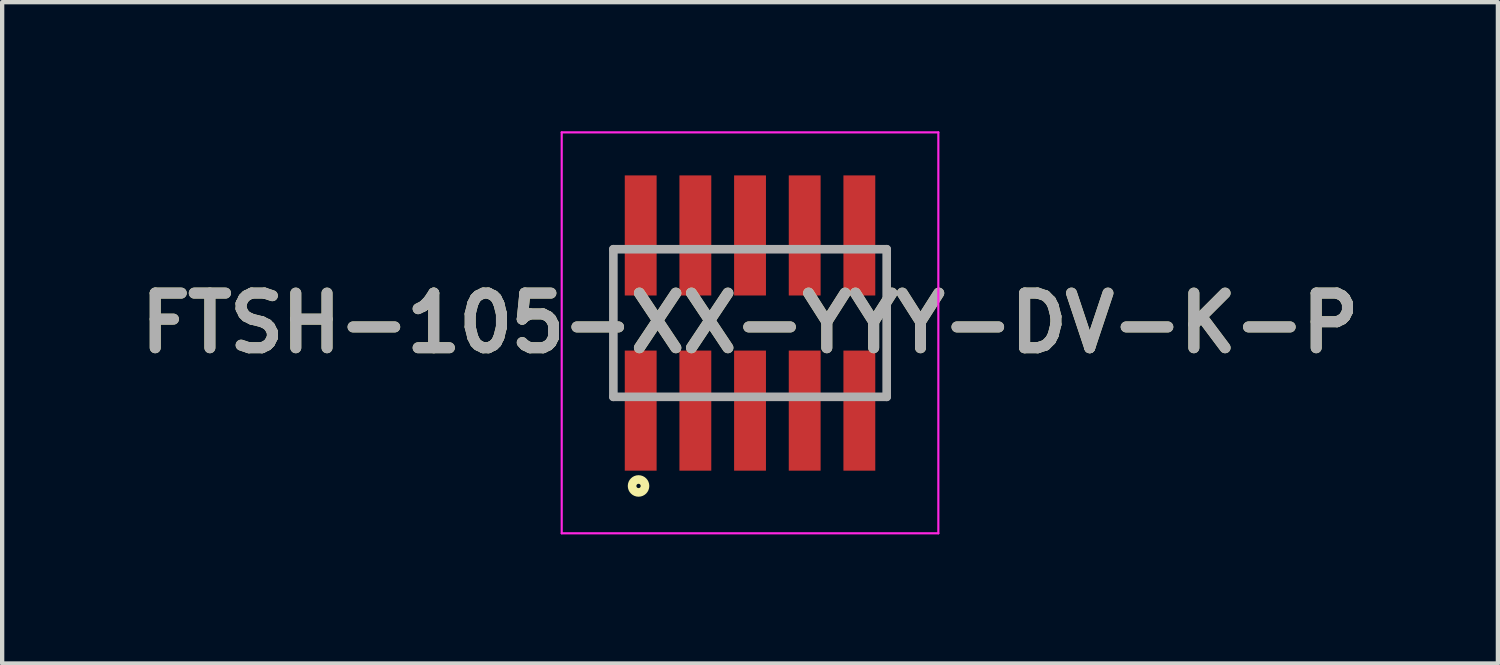
<source format=kicad_pcb>
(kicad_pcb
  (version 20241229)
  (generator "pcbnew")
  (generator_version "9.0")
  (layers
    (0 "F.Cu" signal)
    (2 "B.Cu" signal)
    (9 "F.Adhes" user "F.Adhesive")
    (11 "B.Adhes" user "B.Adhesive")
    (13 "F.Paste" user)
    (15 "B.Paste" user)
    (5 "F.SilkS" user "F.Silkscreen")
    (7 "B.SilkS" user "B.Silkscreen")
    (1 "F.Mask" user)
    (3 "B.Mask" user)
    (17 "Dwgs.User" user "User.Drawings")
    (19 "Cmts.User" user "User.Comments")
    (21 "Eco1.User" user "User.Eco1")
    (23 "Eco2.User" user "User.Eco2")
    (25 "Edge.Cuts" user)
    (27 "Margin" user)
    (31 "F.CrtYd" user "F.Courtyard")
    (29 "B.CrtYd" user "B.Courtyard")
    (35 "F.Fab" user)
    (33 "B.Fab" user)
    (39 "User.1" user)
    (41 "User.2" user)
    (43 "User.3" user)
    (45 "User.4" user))
  (footprint "FTSH-105-XX-YYY-DV-K-P"
    (layer "F.Cu")
    (at 14.375 4.455)
    (property "Reference" "FTSH-105-XX-YYY-DV-K-P" (at 0 0 0) (layer "F.SilkS") (effects (font (size 1.27 1.27) (thickness 0.254))))
    (attr smd)
    (fp_line (start -3.175 1.715) (end -3.175 -1.715) (stroke (width 0.1) (type solid)) (layer "F.SilkS"))
    (fp_line (start 3.175 -1.715) (end 3.175 1.715) (stroke (width 0.1) (type solid)) (layer "F.SilkS"))
    (fp_circle (center -2.59 3.785) (end -2.59 3.835) (stroke (width 0.2) (type solid)) (fill no) (layer "F.SilkS"))
    (fp_line (start -4.375 -4.43) (end 4.375 -4.43) (stroke (width 0.05) (type solid)) (layer "F.CrtYd"))
    (fp_line (start -4.375 4.885) (end -4.375 -4.43) (stroke (width 0.05) (type solid)) (layer "F.CrtYd"))
    (fp_line (start 4.375 -4.43) (end 4.375 4.885) (stroke (width 0.05) (type solid)) (layer "F.CrtYd"))
    (fp_line (start 4.375 4.885) (end -4.375 4.885) (stroke (width 0.05) (type solid)) (layer "F.CrtYd"))
    (fp_line (start -3.175 -1.715) (end 3.175 -1.715) (stroke (width 0.2) (type solid)) (layer "F.Fab"))
    (fp_line (start -3.175 1.715) (end -3.175 -1.715) (stroke (width 0.2) (type solid)) (layer "F.Fab"))
    (fp_line (start 3.175 -1.715) (end 3.175 1.715) (stroke (width 0.2) (type solid)) (layer "F.Fab"))
    (fp_line (start 3.175 1.715) (end -3.175 1.715) (stroke (width 0.2) (type solid)) (layer "F.Fab"))
    (fp_text user "${REFERENCE}" (at 0 0 0) (layer "F.Fab") (effects (font (size 1.27 1.27) (thickness 0.254))))
    (pad "1" smd rect (at -2.54 2.035) (size 0.74 2.79) (layers "F.Cu" "F.Mask" "F.Paste"))
    (pad "2" smd rect (at -2.54 -2.035) (size 0.74 2.79) (layers "F.Cu" "F.Mask" "F.Paste"))
    (pad "3" smd rect (at -1.27 2.035) (size 0.74 2.79) (layers "F.Cu" "F.Mask" "F.Paste"))
    (pad "4" smd rect (at -1.27 -2.035) (size 0.74 2.79) (layers "F.Cu" "F.Mask" "F.Paste"))
    (pad "5" smd rect (at 0 2.035) (size 0.74 2.79) (layers "F.Cu" "F.Mask" "F.Paste"))
    (pad "6" smd rect (at 0 -2.035) (size 0.74 2.79) (layers "F.Cu" "F.Mask" "F.Paste"))
    (pad "7" smd rect (at 1.27 2.035) (size 0.74 2.79) (layers "F.Cu" "F.Mask" "F.Paste"))
    (pad "8" smd rect (at 1.27 -2.035) (size 0.74 2.79) (layers "F.Cu" "F.Mask" "F.Paste"))
    (pad "9" smd rect (at 2.54 2.035) (size 0.74 2.79) (layers "F.Cu" "F.Mask" "F.Paste"))
    (pad "10" smd rect (at 2.54 -2.035) (size 0.74 2.79) (layers "F.Cu" "F.Mask" "F.Paste")))
  (gr_rect
    (start -3 -3)
    (end 31.75 12.365)
    (stroke (width 0.1) (type default))
    (fill no)
    (layer "Edge.Cuts")))
</source>
